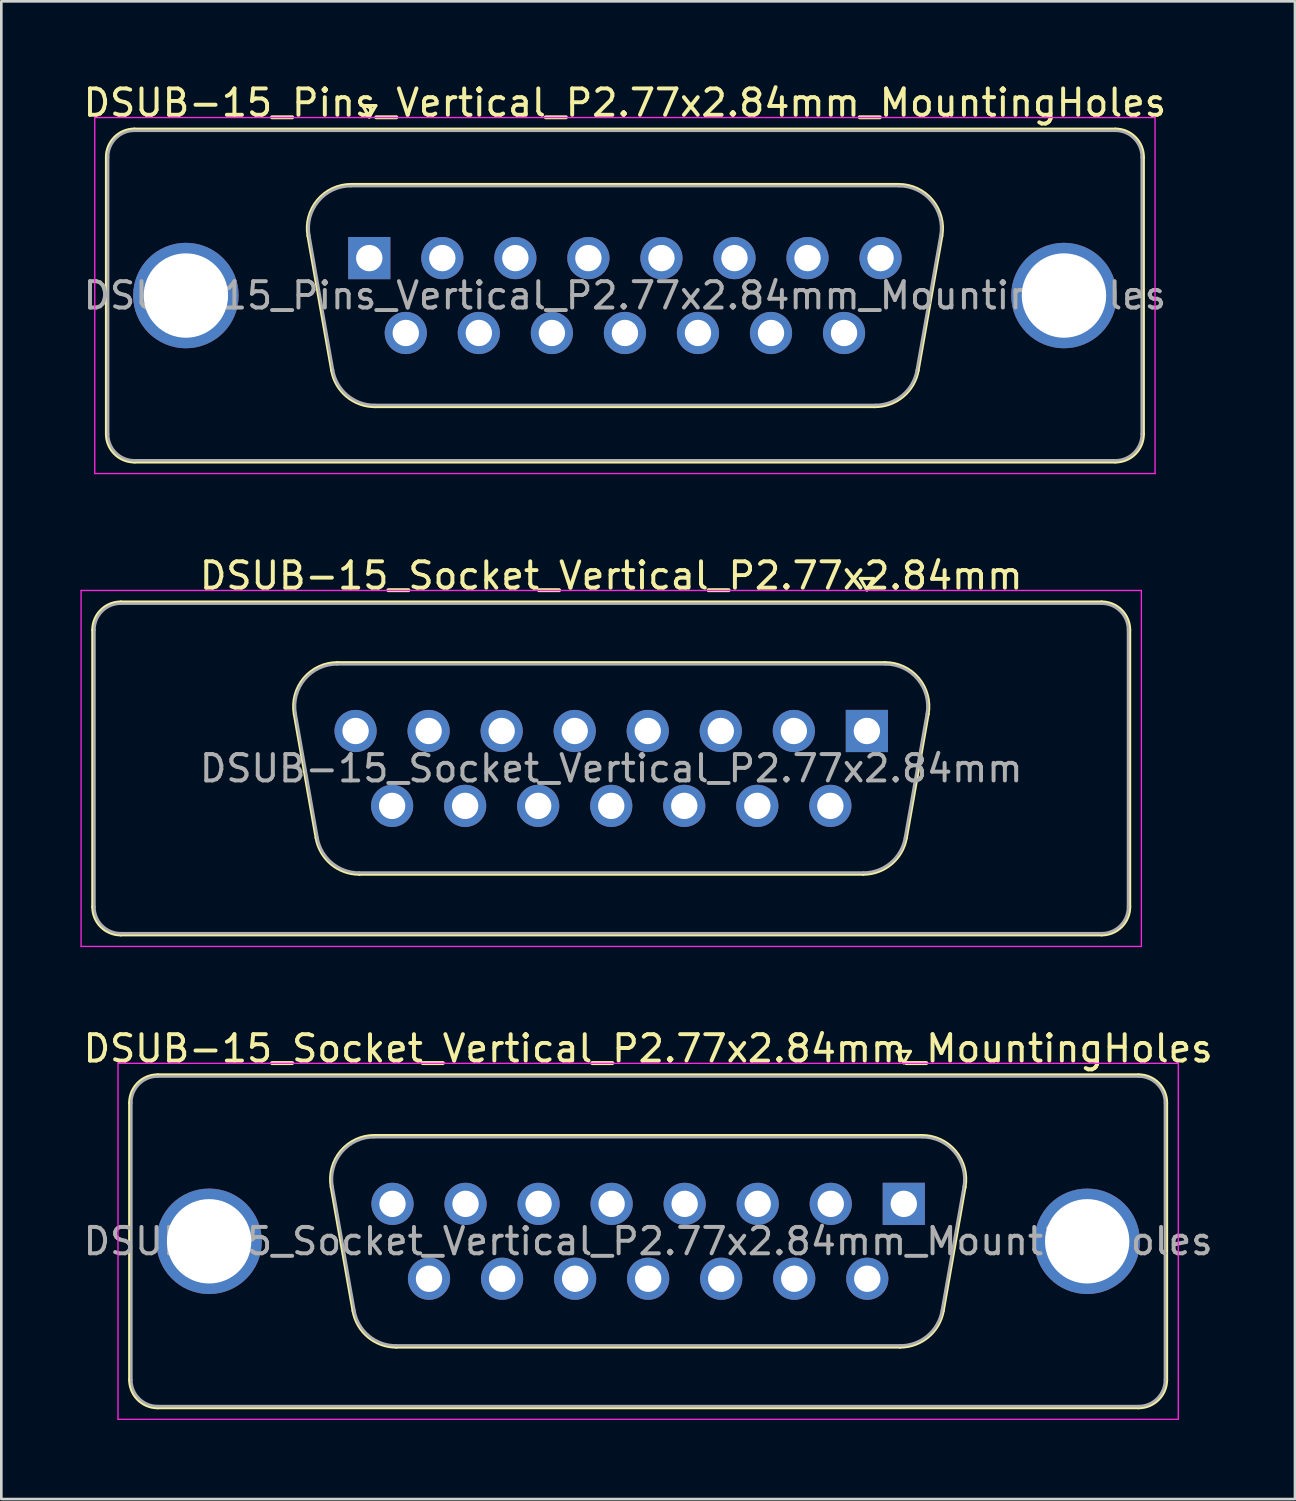
<source format=kicad_pcb>
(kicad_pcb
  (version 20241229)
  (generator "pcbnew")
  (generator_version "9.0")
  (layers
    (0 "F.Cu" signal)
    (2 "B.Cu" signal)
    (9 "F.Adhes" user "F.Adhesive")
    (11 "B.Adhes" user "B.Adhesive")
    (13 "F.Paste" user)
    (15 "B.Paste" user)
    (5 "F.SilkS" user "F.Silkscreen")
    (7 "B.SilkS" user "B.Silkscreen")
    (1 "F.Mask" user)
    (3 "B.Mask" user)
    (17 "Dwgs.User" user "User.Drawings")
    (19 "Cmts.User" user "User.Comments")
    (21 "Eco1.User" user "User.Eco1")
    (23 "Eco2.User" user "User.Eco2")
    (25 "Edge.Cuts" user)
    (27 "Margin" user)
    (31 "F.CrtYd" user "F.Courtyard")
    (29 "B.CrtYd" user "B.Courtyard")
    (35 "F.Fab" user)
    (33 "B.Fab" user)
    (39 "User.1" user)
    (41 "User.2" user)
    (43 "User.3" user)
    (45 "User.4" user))
  (footprint "DSUB-15_Socket_Vertical_P2.77x2.84mm"
    (layer "F.Cu")
    (at 29.825 24.672)
    (property "Reference" "DSUB-15_Socket_Vertical_P2.77x2.84mm" (at -9.695 -5.89 0) (layer "F.SilkS") (effects (font (size 1 1) (thickness 0.15))))
    (attr through_hole)
    (fp_line (start -29.355 6.67) (end -29.355 -3.83) (stroke (width 0.12) (type solid)) (layer "F.SilkS"))
    (fp_line (start -28.295 -4.89) (end 8.905 -4.89) (stroke (width 0.12) (type solid)) (layer "F.SilkS"))
    (fp_line (start -21.711 -0.642) (end -20.883 4.058) (stroke (width 0.12) (type solid)) (layer "F.SilkS"))
    (fp_line (start -20.077 -2.59) (end 0.687 -2.59) (stroke (width 0.12) (type solid)) (layer "F.SilkS"))
    (fp_line (start -19.248 5.43) (end -0.142 5.43) (stroke (width 0.12) (type solid)) (layer "F.SilkS"))
    (fp_line (start -0.25 -5.784) (end 0.25 -5.784) (stroke (width 0.12) (type solid)) (layer "F.SilkS"))
    (fp_line (start 0 -5.351) (end -0.25 -5.784) (stroke (width 0.12) (type solid)) (layer "F.SilkS"))
    (fp_line (start 0.25 -5.784) (end 0 -5.351) (stroke (width 0.12) (type solid)) (layer "F.SilkS"))
    (fp_line (start 2.321 -0.642) (end 1.493 4.058) (stroke (width 0.12) (type solid)) (layer "F.SilkS"))
    (fp_line (start 8.905 7.73) (end -28.295 7.73) (stroke (width 0.12) (type solid)) (layer "F.SilkS"))
    (fp_line (start 9.965 -3.83) (end 9.965 6.67) (stroke (width 0.12) (type solid)) (layer "F.SilkS"))
    (fp_arc (start -29.355 -3.83) (mid -29.044533 -4.579533) (end -28.295 -4.89) (stroke (width 0.12) (type solid)) (layer "F.SilkS"))
    (fp_arc (start -28.295 7.73) (mid -29.044533 7.419533) (end -29.355 6.67) (stroke (width 0.12) (type solid)) (layer "F.SilkS"))
    (fp_arc (start -21.71147 -0.641744) (mid -21.348323 -1.997027) (end -20.076689 -2.59) (stroke (width 0.12) (type solid)) (layer "F.SilkS"))
    (fp_arc (start -19.247952 5.43) (mid -20.31498 5.041634) (end -20.882733 4.058256) (stroke (width 0.12) (type solid)) (layer "F.SilkS"))
    (fp_arc (start 0.686689 -2.59) (mid 1.958323 -1.997027) (end 2.32147 -0.641744) (stroke (width 0.12) (type solid)) (layer "F.SilkS"))
    (fp_arc (start 1.492733 4.058256) (mid 0.92498 5.041634) (end -0.142048 5.43) (stroke (width 0.12) (type solid)) (layer "F.SilkS"))
    (fp_arc (start 8.905 -4.89) (mid 9.654533 -4.579533) (end 9.965 -3.83) (stroke (width 0.12) (type solid)) (layer "F.SilkS"))
    (fp_arc (start 9.965 6.67) (mid 9.654533 7.419533) (end 8.905 7.73) (stroke (width 0.12) (type solid)) (layer "F.SilkS"))
    (fp_line (start -29.8 -5.33) (end -29.8 8.17) (stroke (width 0.05) (type solid)) (layer "F.CrtYd"))
    (fp_line (start -29.8 8.17) (end 10.41 8.17) (stroke (width 0.05) (type solid)) (layer "F.CrtYd"))
    (fp_line (start 10.41 -5.33) (end -29.8 -5.33) (stroke (width 0.05) (type solid)) (layer "F.CrtYd"))
    (fp_line (start 10.41 8.17) (end 10.41 -5.33) (stroke (width 0.05) (type solid)) (layer "F.CrtYd"))
    (fp_line (start -29.295 6.67) (end -29.295 -3.83) (stroke (width 0.1) (type solid)) (layer "F.Fab"))
    (fp_line (start -28.295 -4.83) (end 8.905 -4.83) (stroke (width 0.1) (type solid)) (layer "F.Fab"))
    (fp_line (start -21.664 -0.652) (end -20.835 4.048) (stroke (width 0.1) (type solid)) (layer "F.Fab"))
    (fp_line (start -20.088 -2.53) (end 0.698 -2.53) (stroke (width 0.1) (type solid)) (layer "F.Fab"))
    (fp_line (start -19.259 5.37) (end -0.131 5.37) (stroke (width 0.1) (type solid)) (layer "F.Fab"))
    (fp_line (start 2.274 -0.652) (end 1.445 4.048) (stroke (width 0.1) (type solid)) (layer "F.Fab"))
    (fp_line (start 8.905 7.67) (end -28.295 7.67) (stroke (width 0.1) (type solid)) (layer "F.Fab"))
    (fp_line (start 9.905 -3.83) (end 9.905 6.67) (stroke (width 0.1) (type solid)) (layer "F.Fab"))
    (fp_arc (start -29.295 -3.83) (mid -29.002107 -4.537107) (end -28.295 -4.83) (stroke (width 0.1) (type solid)) (layer "F.Fab"))
    (fp_arc (start -28.295 7.67) (mid -29.002107 7.377107) (end -29.295 6.67) (stroke (width 0.1) (type solid)) (layer "F.Fab"))
    (fp_arc (start -21.663887 -0.652163) (mid -21.313865 -1.95846) (end -20.088194 -2.53) (stroke (width 0.1) (type solid)) (layer "F.Fab"))
    (fp_arc (start -19.259457 5.37) (mid -20.287918 4.995671) (end -20.83515 4.047837) (stroke (width 0.1) (type solid)) (layer "F.Fab"))
    (fp_arc (start 0.698194 -2.53) (mid 1.923865 -1.95846) (end 2.273887 -0.652163) (stroke (width 0.1) (type solid)) (layer "F.Fab"))
    (fp_arc (start 1.44515 4.047837) (mid 0.897918 4.995671) (end -0.130543 5.37) (stroke (width 0.1) (type solid)) (layer "F.Fab"))
    (fp_arc (start 8.905 -4.83) (mid 9.612107 -4.537107) (end 9.905 -3.83) (stroke (width 0.1) (type solid)) (layer "F.Fab"))
    (fp_arc (start 9.905 6.67) (mid 9.612107 7.377107) (end 8.905 7.67) (stroke (width 0.1) (type solid)) (layer "F.Fab"))
    (fp_text user "${REFERENCE}" (at -9.695 1.42 0) (layer "F.Fab") (effects (font (size 1 1) (thickness 0.15))))
    (pad "1" thru_hole rect (at 0 0) (size 1.6 1.6) (drill 1) (layers "*.Cu" "*.Mask"))
    (pad "2" thru_hole circle (at -2.77 0) (size 1.6 1.6) (drill 1) (layers "*.Cu" "*.Mask"))
    (pad "3" thru_hole circle (at -5.54 0) (size 1.6 1.6) (drill 1) (layers "*.Cu" "*.Mask"))
    (pad "4" thru_hole circle (at -8.31 0) (size 1.6 1.6) (drill 1) (layers "*.Cu" "*.Mask"))
    (pad "5" thru_hole circle (at -11.08 0) (size 1.6 1.6) (drill 1) (layers "*.Cu" "*.Mask"))
    (pad "6" thru_hole circle (at -13.85 0) (size 1.6 1.6) (drill 1) (layers "*.Cu" "*.Mask"))
    (pad "7" thru_hole circle (at -16.62 0) (size 1.6 1.6) (drill 1) (layers "*.Cu" "*.Mask"))
    (pad "8" thru_hole circle (at -19.39 0) (size 1.6 1.6) (drill 1) (layers "*.Cu" "*.Mask"))
    (pad "9" thru_hole circle (at -1.385 2.84) (size 1.6 1.6) (drill 1) (layers "*.Cu" "*.Mask"))
    (pad "10" thru_hole circle (at -4.155 2.84) (size 1.6 1.6) (drill 1) (layers "*.Cu" "*.Mask"))
    (pad "11" thru_hole circle (at -6.925 2.84) (size 1.6 1.6) (drill 1) (layers "*.Cu" "*.Mask"))
    (pad "12" thru_hole circle (at -9.695 2.84) (size 1.6 1.6) (drill 1) (layers "*.Cu" "*.Mask"))
    (pad "13" thru_hole circle (at -12.465 2.84) (size 1.6 1.6) (drill 1) (layers "*.Cu" "*.Mask"))
    (pad "14" thru_hole circle (at -15.235 2.84) (size 1.6 1.6) (drill 1) (layers "*.Cu" "*.Mask"))
    (pad "15" thru_hole circle (at -18.005 2.84) (size 1.6 1.6) (drill 1) (layers "*.Cu" "*.Mask")))
  (footprint "DSUB-15_Socket_Vertical_P2.77x2.84mm_MountingHoles"
    (layer "F.Cu")
    (at 31.225 42.605)
    (property "Reference" "DSUB-15_Socket_Vertical_P2.77x2.84mm_MountingHoles" (at -9.695 -5.89 0) (layer "F.SilkS") (effects (font (size 1 1) (thickness 0.15))))
    (attr through_hole)
    (fp_line (start -29.355 6.67) (end -29.355 -3.83) (stroke (width 0.12) (type solid)) (layer "F.SilkS"))
    (fp_line (start -28.295 -4.89) (end 8.905 -4.89) (stroke (width 0.12) (type solid)) (layer "F.SilkS"))
    (fp_line (start -21.711 -0.642) (end -20.883 4.058) (stroke (width 0.12) (type solid)) (layer "F.SilkS"))
    (fp_line (start -20.077 -2.59) (end 0.687 -2.59) (stroke (width 0.12) (type solid)) (layer "F.SilkS"))
    (fp_line (start -19.248 5.43) (end -0.142 5.43) (stroke (width 0.12) (type solid)) (layer "F.SilkS"))
    (fp_line (start -0.25 -5.784) (end 0.25 -5.784) (stroke (width 0.12) (type solid)) (layer "F.SilkS"))
    (fp_line (start 0 -5.351) (end -0.25 -5.784) (stroke (width 0.12) (type solid)) (layer "F.SilkS"))
    (fp_line (start 0.25 -5.784) (end 0 -5.351) (stroke (width 0.12) (type solid)) (layer "F.SilkS"))
    (fp_line (start 2.321 -0.642) (end 1.493 4.058) (stroke (width 0.12) (type solid)) (layer "F.SilkS"))
    (fp_line (start 8.905 7.73) (end -28.295 7.73) (stroke (width 0.12) (type solid)) (layer "F.SilkS"))
    (fp_line (start 9.965 -3.83) (end 9.965 6.67) (stroke (width 0.12) (type solid)) (layer "F.SilkS"))
    (fp_arc (start -29.355 -3.83) (mid -29.044533 -4.579533) (end -28.295 -4.89) (stroke (width 0.12) (type solid)) (layer "F.SilkS"))
    (fp_arc (start -28.295 7.73) (mid -29.044533 7.419533) (end -29.355 6.67) (stroke (width 0.12) (type solid)) (layer "F.SilkS"))
    (fp_arc (start -21.71147 -0.641744) (mid -21.348323 -1.997027) (end -20.076689 -2.59) (stroke (width 0.12) (type solid)) (layer "F.SilkS"))
    (fp_arc (start -19.247952 5.43) (mid -20.31498 5.041634) (end -20.882733 4.058256) (stroke (width 0.12) (type solid)) (layer "F.SilkS"))
    (fp_arc (start 0.686689 -2.59) (mid 1.958323 -1.997027) (end 2.32147 -0.641744) (stroke (width 0.12) (type solid)) (layer "F.SilkS"))
    (fp_arc (start 1.492733 4.058256) (mid 0.92498 5.041634) (end -0.142048 5.43) (stroke (width 0.12) (type solid)) (layer "F.SilkS"))
    (fp_arc (start 8.905 -4.89) (mid 9.654533 -4.579533) (end 9.965 -3.83) (stroke (width 0.12) (type solid)) (layer "F.SilkS"))
    (fp_arc (start 9.965 6.67) (mid 9.654533 7.419533) (end 8.905 7.73) (stroke (width 0.12) (type solid)) (layer "F.SilkS"))
    (fp_line (start -29.8 -5.33) (end -29.8 8.17) (stroke (width 0.05) (type solid)) (layer "F.CrtYd"))
    (fp_line (start -29.8 8.17) (end 10.41 8.17) (stroke (width 0.05) (type solid)) (layer "F.CrtYd"))
    (fp_line (start 10.41 -5.33) (end -29.8 -5.33) (stroke (width 0.05) (type solid)) (layer "F.CrtYd"))
    (fp_line (start 10.41 8.17) (end 10.41 -5.33) (stroke (width 0.05) (type solid)) (layer "F.CrtYd"))
    (fp_line (start -29.295 6.67) (end -29.295 -3.83) (stroke (width 0.1) (type solid)) (layer "F.Fab"))
    (fp_line (start -28.295 -4.83) (end 8.905 -4.83) (stroke (width 0.1) (type solid)) (layer "F.Fab"))
    (fp_line (start -21.664 -0.652) (end -20.835 4.048) (stroke (width 0.1) (type solid)) (layer "F.Fab"))
    (fp_line (start -20.088 -2.53) (end 0.698 -2.53) (stroke (width 0.1) (type solid)) (layer "F.Fab"))
    (fp_line (start -19.259 5.37) (end -0.131 5.37) (stroke (width 0.1) (type solid)) (layer "F.Fab"))
    (fp_line (start 2.274 -0.652) (end 1.445 4.048) (stroke (width 0.1) (type solid)) (layer "F.Fab"))
    (fp_line (start 8.905 7.67) (end -28.295 7.67) (stroke (width 0.1) (type solid)) (layer "F.Fab"))
    (fp_line (start 9.905 -3.83) (end 9.905 6.67) (stroke (width 0.1) (type solid)) (layer "F.Fab"))
    (fp_arc (start -29.295 -3.83) (mid -29.002107 -4.537107) (end -28.295 -4.83) (stroke (width 0.1) (type solid)) (layer "F.Fab"))
    (fp_arc (start -28.295 7.67) (mid -29.002107 7.377107) (end -29.295 6.67) (stroke (width 0.1) (type solid)) (layer "F.Fab"))
    (fp_arc (start -21.663887 -0.652163) (mid -21.313865 -1.95846) (end -20.088194 -2.53) (stroke (width 0.1) (type solid)) (layer "F.Fab"))
    (fp_arc (start -19.259457 5.37) (mid -20.287918 4.995671) (end -20.83515 4.047837) (stroke (width 0.1) (type solid)) (layer "F.Fab"))
    (fp_arc (start 0.698194 -2.53) (mid 1.923865 -1.95846) (end 2.273887 -0.652163) (stroke (width 0.1) (type solid)) (layer "F.Fab"))
    (fp_arc (start 1.44515 4.047837) (mid 0.897918 4.995671) (end -0.130543 5.37) (stroke (width 0.1) (type solid)) (layer "F.Fab"))
    (fp_arc (start 8.905 -4.83) (mid 9.612107 -4.537107) (end 9.905 -3.83) (stroke (width 0.1) (type solid)) (layer "F.Fab"))
    (fp_arc (start 9.905 6.67) (mid 9.612107 7.377107) (end 8.905 7.67) (stroke (width 0.1) (type solid)) (layer "F.Fab"))
    (fp_text user "${REFERENCE}" (at -9.695 1.42 0) (layer "F.Fab") (effects (font (size 1 1) (thickness 0.15))))
    (pad "0" thru_hole circle (at -26.345 1.42) (size 4 4) (drill 3.2) (layers "*.Cu" "*.Mask"))
    (pad "0" thru_hole circle (at 6.955 1.42) (size 4 4) (drill 3.2) (layers "*.Cu" "*.Mask"))
    (pad "1" thru_hole rect (at 0 0) (size 1.6 1.6) (drill 1) (layers "*.Cu" "*.Mask"))
    (pad "2" thru_hole circle (at -2.77 0) (size 1.6 1.6) (drill 1) (layers "*.Cu" "*.Mask"))
    (pad "3" thru_hole circle (at -5.54 0) (size 1.6 1.6) (drill 1) (layers "*.Cu" "*.Mask"))
    (pad "4" thru_hole circle (at -8.31 0) (size 1.6 1.6) (drill 1) (layers "*.Cu" "*.Mask"))
    (pad "5" thru_hole circle (at -11.08 0) (size 1.6 1.6) (drill 1) (layers "*.Cu" "*.Mask"))
    (pad "6" thru_hole circle (at -13.85 0) (size 1.6 1.6) (drill 1) (layers "*.Cu" "*.Mask"))
    (pad "7" thru_hole circle (at -16.62 0) (size 1.6 1.6) (drill 1) (layers "*.Cu" "*.Mask"))
    (pad "8" thru_hole circle (at -19.39 0) (size 1.6 1.6) (drill 1) (layers "*.Cu" "*.Mask"))
    (pad "9" thru_hole circle (at -1.385 2.84) (size 1.6 1.6) (drill 1) (layers "*.Cu" "*.Mask"))
    (pad "10" thru_hole circle (at -4.155 2.84) (size 1.6 1.6) (drill 1) (layers "*.Cu" "*.Mask"))
    (pad "11" thru_hole circle (at -6.925 2.84) (size 1.6 1.6) (drill 1) (layers "*.Cu" "*.Mask"))
    (pad "12" thru_hole circle (at -9.695 2.84) (size 1.6 1.6) (drill 1) (layers "*.Cu" "*.Mask"))
    (pad "13" thru_hole circle (at -12.465 2.84) (size 1.6 1.6) (drill 1) (layers "*.Cu" "*.Mask"))
    (pad "14" thru_hole circle (at -15.235 2.84) (size 1.6 1.6) (drill 1) (layers "*.Cu" "*.Mask"))
    (pad "15" thru_hole circle (at -18.005 2.84) (size 1.6 1.6) (drill 1) (layers "*.Cu" "*.Mask")))
  (footprint "DSUB-15_Pins_Vertical_P2.77x2.84mm_MountingHoles"
    (layer "F.Cu")
    (at 10.954 6.738)
    (property "Reference" "DSUB-15_Pins_Vertical_P2.77x2.84mm_MountingHoles" (at 9.695 -5.89 0) (layer "F.SilkS") (effects (font (size 1 1) (thickness 0.15))))
    (attr through_hole)
    (fp_line (start -9.965 6.67) (end -9.965 -3.83) (stroke (width 0.12) (type solid)) (layer "F.SilkS"))
    (fp_line (start -8.905 -4.89) (end 28.295 -4.89) (stroke (width 0.12) (type solid)) (layer "F.SilkS"))
    (fp_line (start -2.321 -0.842) (end -1.422 4.258) (stroke (width 0.12) (type solid)) (layer "F.SilkS"))
    (fp_line (start -0.687 -2.79) (end 20.077 -2.79) (stroke (width 0.12) (type solid)) (layer "F.SilkS"))
    (fp_line (start -0.25 -5.784) (end 0.25 -5.784) (stroke (width 0.12) (type solid)) (layer "F.SilkS"))
    (fp_line (start 0 -5.351) (end -0.25 -5.784) (stroke (width 0.12) (type solid)) (layer "F.SilkS"))
    (fp_line (start 0.213 5.63) (end 19.177 5.63) (stroke (width 0.12) (type solid)) (layer "F.SilkS"))
    (fp_line (start 0.25 -5.784) (end 0 -5.351) (stroke (width 0.12) (type solid)) (layer "F.SilkS"))
    (fp_line (start 21.711 -0.842) (end 20.812 4.258) (stroke (width 0.12) (type solid)) (layer "F.SilkS"))
    (fp_line (start 28.295 7.73) (end -8.905 7.73) (stroke (width 0.12) (type solid)) (layer "F.SilkS"))
    (fp_line (start 29.355 -3.83) (end 29.355 6.67) (stroke (width 0.12) (type solid)) (layer "F.SilkS"))
    (fp_arc (start -9.965 -3.83) (mid -9.654533 -4.579533) (end -8.905 -4.89) (stroke (width 0.12) (type solid)) (layer "F.SilkS"))
    (fp_arc (start -8.905 7.73) (mid -9.654533 7.419533) (end -9.965 6.67) (stroke (width 0.12) (type solid)) (layer "F.SilkS"))
    (fp_arc (start -2.32147 -0.841744) (mid -1.958323 -2.197027) (end -0.686689 -2.79) (stroke (width 0.12) (type solid)) (layer "F.SilkS"))
    (fp_arc (start 0.212579 5.63) (mid -0.854449 5.241634) (end -1.422202 4.258256) (stroke (width 0.12) (type solid)) (layer "F.SilkS"))
    (fp_arc (start 20.076689 -2.79) (mid 21.348323 -2.197027) (end 21.71147 -0.841744) (stroke (width 0.12) (type solid)) (layer "F.SilkS"))
    (fp_arc (start 20.812202 4.258256) (mid 20.244449 5.241634) (end 19.177421 5.63) (stroke (width 0.12) (type solid)) (layer "F.SilkS"))
    (fp_arc (start 28.295 -4.89) (mid 29.044533 -4.579533) (end 29.355 -3.83) (stroke (width 0.12) (type solid)) (layer "F.SilkS"))
    (fp_arc (start 29.355 6.67) (mid 29.044533 7.419533) (end 28.295 7.73) (stroke (width 0.12) (type solid)) (layer "F.SilkS"))
    (fp_line (start -10.41 -5.33) (end -10.41 8.17) (stroke (width 0.05) (type solid)) (layer "F.CrtYd"))
    (fp_line (start -10.41 8.17) (end 29.8 8.17) (stroke (width 0.05) (type solid)) (layer "F.CrtYd"))
    (fp_line (start 29.8 -5.33) (end -10.41 -5.33) (stroke (width 0.05) (type solid)) (layer "F.CrtYd"))
    (fp_line (start 29.8 8.17) (end 29.8 -5.33) (stroke (width 0.05) (type solid)) (layer "F.CrtYd"))
    (fp_line (start -9.905 6.67) (end -9.905 -3.83) (stroke (width 0.1) (type solid)) (layer "F.Fab"))
    (fp_line (start -8.905 -4.83) (end 28.295 -4.83) (stroke (width 0.1) (type solid)) (layer "F.Fab"))
    (fp_line (start -2.274 -0.852) (end -1.375 4.248) (stroke (width 0.1) (type solid)) (layer "F.Fab"))
    (fp_line (start -0.698 -2.73) (end 20.088 -2.73) (stroke (width 0.1) (type solid)) (layer "F.Fab"))
    (fp_line (start 0.201 5.57) (end 19.189 5.57) (stroke (width 0.1) (type solid)) (layer "F.Fab"))
    (fp_line (start 21.664 -0.852) (end 20.765 4.248) (stroke (width 0.1) (type solid)) (layer "F.Fab"))
    (fp_line (start 28.295 7.67) (end -8.905 7.67) (stroke (width 0.1) (type solid)) (layer "F.Fab"))
    (fp_line (start 29.295 -3.83) (end 29.295 6.67) (stroke (width 0.1) (type solid)) (layer "F.Fab"))
    (fp_arc (start -9.905 -3.83) (mid -9.612107 -4.537107) (end -8.905 -4.83) (stroke (width 0.1) (type solid)) (layer "F.Fab"))
    (fp_arc (start -8.905 7.67) (mid -9.612107 7.377107) (end -9.905 6.67) (stroke (width 0.1) (type solid)) (layer "F.Fab"))
    (fp_arc (start -2.273887 -0.852163) (mid -1.923865 -2.15846) (end -0.698194 -2.73) (stroke (width 0.1) (type solid)) (layer "F.Fab"))
    (fp_arc (start 0.201073 5.57) (mid -0.827387 5.195671) (end -1.374619 4.247837) (stroke (width 0.1) (type solid)) (layer "F.Fab"))
    (fp_arc (start 20.088194 -2.73) (mid 21.313865 -2.15846) (end 21.663887 -0.852163) (stroke (width 0.1) (type solid)) (layer "F.Fab"))
    (fp_arc (start 20.764619 4.247837) (mid 20.217387 5.195671) (end 19.188927 5.57) (stroke (width 0.1) (type solid)) (layer "F.Fab"))
    (fp_arc (start 28.295 -4.83) (mid 29.002107 -4.537107) (end 29.295 -3.83) (stroke (width 0.1) (type solid)) (layer "F.Fab"))
    (fp_arc (start 29.295 6.67) (mid 29.002107 7.377107) (end 28.295 7.67) (stroke (width 0.1) (type solid)) (layer "F.Fab"))
    (fp_text user "${REFERENCE}" (at 9.695 1.42 0) (layer "F.Fab") (effects (font (size 1 1) (thickness 0.15))))
    (pad "0" thru_hole circle (at -6.955 1.42) (size 4 4) (drill 3.2) (layers "*.Cu" "*.Mask"))
    (pad "0" thru_hole circle (at 26.345 1.42) (size 4 4) (drill 3.2) (layers "*.Cu" "*.Mask"))
    (pad "1" thru_hole rect (at 0 0) (size 1.6 1.6) (drill 1) (layers "*.Cu" "*.Mask"))
    (pad "2" thru_hole circle (at 2.77 0) (size 1.6 1.6) (drill 1) (layers "*.Cu" "*.Mask"))
    (pad "3" thru_hole circle (at 5.54 0) (size 1.6 1.6) (drill 1) (layers "*.Cu" "*.Mask"))
    (pad "4" thru_hole circle (at 8.31 0) (size 1.6 1.6) (drill 1) (layers "*.Cu" "*.Mask"))
    (pad "5" thru_hole circle (at 11.08 0) (size 1.6 1.6) (drill 1) (layers "*.Cu" "*.Mask"))
    (pad "6" thru_hole circle (at 13.85 0) (size 1.6 1.6) (drill 1) (layers "*.Cu" "*.Mask"))
    (pad "7" thru_hole circle (at 16.62 0) (size 1.6 1.6) (drill 1) (layers "*.Cu" "*.Mask"))
    (pad "8" thru_hole circle (at 19.39 0) (size 1.6 1.6) (drill 1) (layers "*.Cu" "*.Mask"))
    (pad "9" thru_hole circle (at 1.385 2.84) (size 1.6 1.6) (drill 1) (layers "*.Cu" "*.Mask"))
    (pad "10" thru_hole circle (at 4.155 2.84) (size 1.6 1.6) (drill 1) (layers "*.Cu" "*.Mask"))
    (pad "11" thru_hole circle (at 6.925 2.84) (size 1.6 1.6) (drill 1) (layers "*.Cu" "*.Mask"))
    (pad "12" thru_hole circle (at 9.695 2.84) (size 1.6 1.6) (drill 1) (layers "*.Cu" "*.Mask"))
    (pad "13" thru_hole circle (at 12.465 2.84) (size 1.6 1.6) (drill 1) (layers "*.Cu" "*.Mask"))
    (pad "14" thru_hole circle (at 15.235 2.84) (size 1.6 1.6) (drill 1) (layers "*.Cu" "*.Mask"))
    (pad "15" thru_hole circle (at 18.005 2.84) (size 1.6 1.6) (drill 1) (layers "*.Cu" "*.Mask")))
  (gr_rect
    (start -3 -3)
    (end 46.06 53.8)
    (stroke (width 0.1) (type default))
    (fill no)
    (layer "Edge.Cuts")))
</source>
